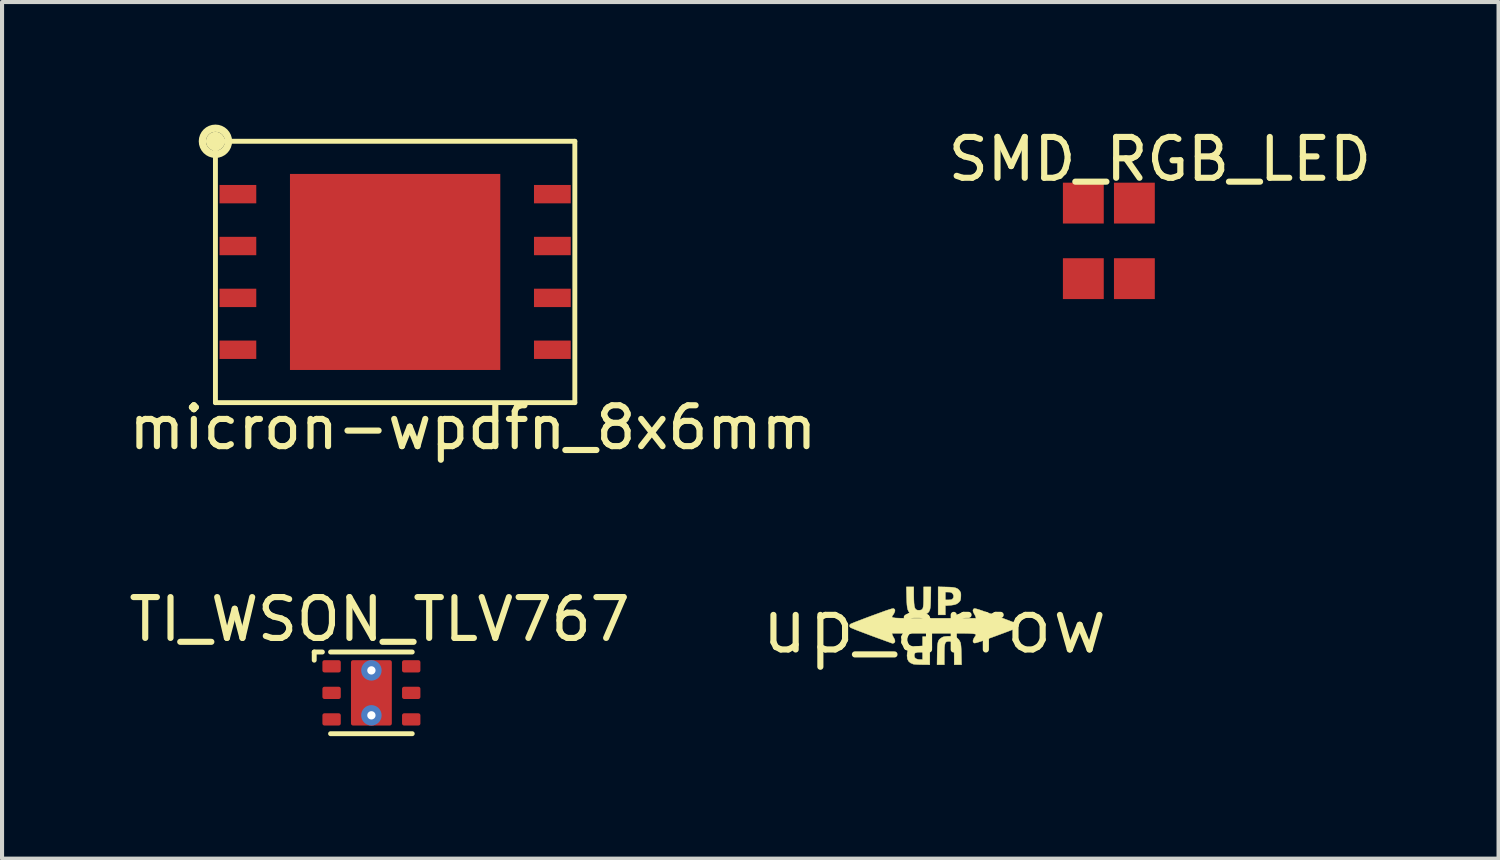
<source format=kicad_pcb>
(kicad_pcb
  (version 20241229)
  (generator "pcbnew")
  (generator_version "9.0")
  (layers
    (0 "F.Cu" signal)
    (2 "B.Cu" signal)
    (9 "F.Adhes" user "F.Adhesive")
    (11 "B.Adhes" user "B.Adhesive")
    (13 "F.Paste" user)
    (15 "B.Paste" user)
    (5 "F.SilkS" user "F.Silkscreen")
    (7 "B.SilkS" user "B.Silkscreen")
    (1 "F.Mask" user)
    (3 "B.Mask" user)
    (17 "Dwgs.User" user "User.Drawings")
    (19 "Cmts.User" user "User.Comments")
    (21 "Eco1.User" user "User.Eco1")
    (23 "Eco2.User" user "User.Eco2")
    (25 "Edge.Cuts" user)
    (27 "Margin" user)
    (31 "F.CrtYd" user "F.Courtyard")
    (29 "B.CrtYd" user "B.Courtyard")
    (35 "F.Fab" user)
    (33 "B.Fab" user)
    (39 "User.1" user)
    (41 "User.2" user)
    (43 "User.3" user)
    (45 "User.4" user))
  (footprint "micron-wpdfn_8x6mm"
    (layer "F.Cu")
    (at 6.625 3.609)
    (property "Reference" "micron-wpdfn_8x6mm" (at 1.905 3.81 0) (layer "F.SilkS") (effects (font (size 1 1) (thickness 0.15))))
    (attr through_hole)
    (fp_line (start -4.4 -3.2) (end -4.4 3.2) (stroke (width 0.12) (type solid)) (layer "F.SilkS"))
    (fp_line (start -4.4 -3.2) (end 4.4 -3.2) (stroke (width 0.12) (type solid)) (layer "F.SilkS"))
    (fp_line (start -4.4 3.2) (end 4.4 3.2) (stroke (width 0.12) (type solid)) (layer "F.SilkS"))
    (fp_line (start 4.4 -3.2) (end 4.4 3.2) (stroke (width 0.12) (type solid)) (layer "F.SilkS"))
    (fp_circle (center -4.4 -3.2) (end -4.318 -3.175) (stroke (width 0.12) (type solid)) (fill no) (layer "F.SilkS"))
    (fp_circle (center -4.4 -3.2) (end -4.318 -3.048) (stroke (width 0.12) (type solid)) (fill no) (layer "F.SilkS"))
    (fp_circle (center -4.4 -3.2) (end -4.318 -2.921) (stroke (width 0.12) (type solid)) (fill no) (layer "F.SilkS"))
    (fp_circle (center -4.4 -3.2) (end -4.191 -2.921) (stroke (width 0.12) (type solid)) (fill no) (layer "F.SilkS"))
    (pad "1" smd rect (at -3.85 -1.905) (size 0.9 0.45) (layers "F.Cu" "F.Mask" "F.Paste"))
    (pad "2" smd rect (at -3.85 -0.635) (size 0.9 0.45) (layers "F.Cu" "F.Mask" "F.Paste"))
    (pad "3" smd rect (at -3.85 0.635) (size 0.9 0.45) (layers "F.Cu" "F.Mask" "F.Paste"))
    (pad "4" smd rect (at -3.85 1.905) (size 0.9 0.45) (layers "F.Cu" "F.Mask" "F.Paste"))
    (pad "5" smd rect (at 3.85 1.905) (size 0.9 0.45) (layers "F.Cu" "F.Mask" "F.Paste"))
    (pad "6" smd rect (at 3.85 0.635) (size 0.9 0.45) (layers "F.Cu" "F.Mask" "F.Paste"))
    (pad "7" smd rect (at 3.85 -0.635) (size 0.9 0.45) (layers "F.Cu" "F.Mask" "F.Paste"))
    (pad "8" smd rect (at 3.85 -1.905) (size 0.9 0.45) (layers "F.Cu" "F.Mask" "F.Paste"))
    (pad "9" smd rect (at 0 0) (size 5.15 4.8) (layers "F.Cu" "F.Mask" "F.Paste")))
  (footprint "SMD_RGB_LED"
    (layer "F.Cu")
    (at 24.101 2.848)
    (property "Reference" "SMD_RGB_LED" (at 1.25 -2 0) (layer "F.SilkS") (effects (font (size 1 1) (thickness 0.15))))
    (attr through_hole)
    (pad "1" smd rect (at 0.625 0.925) (size 1 1) (layers "F.Cu" "F.Mask" "F.Paste"))
    (pad "2" smd rect (at -0.625 0.925) (size 1 1) (layers "F.Cu" "F.Mask" "F.Paste"))
    (pad "3" smd rect (at -0.625 -0.925) (size 1 1) (layers "F.Cu" "F.Mask" "F.Paste"))
    (pad "4" smd rect (at 0.625 -0.925) (size 1 1) (layers "F.Cu" "F.Mask" "F.Paste")))
  (footprint "TI_WSON_TLV767"
    (layer "F.Cu")
    (at 6.044 13.915)
    (property "Reference" "TI_WSON_TLV767" (at 0.2 -1.8 0) (layer "F.SilkS") (effects (font (size 1 1) (thickness 0.15))))
    (attr through_hole)
    (fp_line (start -1.4 -1) (end -1.4 -0.8) (stroke (width 0.12) (type solid)) (layer "F.SilkS"))
    (fp_line (start -1.2 -1) (end -1.4 -1) (stroke (width 0.12) (type solid)) (layer "F.SilkS"))
    (fp_line (start -1 1) (end 1 1) (stroke (width 0.12) (type solid)) (layer "F.SilkS"))
    (fp_line (start 1 -1) (end -1 -1) (stroke (width 0.12) (type solid)) (layer "F.SilkS"))
    (pad "" smd roundrect (at 0 -0.45) (size 1 0.7) (layers "F.Paste") (roundrect_rratio 0.071))
    (pad "" smd roundrect (at 0 0.45) (size 1 0.7) (layers "F.Paste") (roundrect_rratio 0.071))
    (pad "1" smd roundrect (at -0.975 -0.65) (size 0.45 0.3) (layers "F.Cu" "F.Mask" "F.Paste") (roundrect_rratio 0.167))
    (pad "2" smd roundrect (at -0.975 0) (size 0.45 0.3) (layers "F.Cu" "F.Mask" "F.Paste") (roundrect_rratio 0.167))
    (pad "3" smd roundrect (at -0.975 0.65) (size 0.45 0.3) (layers "F.Cu" "F.Mask" "F.Paste") (roundrect_rratio 0.167))
    (pad "4" smd roundrect (at 0.975 0.65) (size 0.45 0.3) (layers "F.Cu" "F.Mask" "F.Paste") (roundrect_rratio 0.167))
    (pad "5" smd roundrect (at 0.975 0) (size 0.45 0.3) (layers "F.Cu" "F.Mask" "F.Paste") (roundrect_rratio 0.167))
    (pad "6" smd roundrect (at 0.975 -0.65) (size 0.45 0.3) (layers "F.Cu" "F.Mask" "F.Paste") (roundrect_rratio 0.167))
    (pad "7" thru_hole circle (at 0 -0.55) (size 0.5 0.5) (drill 0.203) (layers "*.Cu" "*.Mask"))
    (pad "7" smd roundrect (at 0 0) (size 1 1.6) (layers "F.Cu" "F.Mask") (roundrect_rratio 0.05))
    (pad "7" thru_hole circle (at 0 0.55) (size 0.5 0.5) (drill 0.203) (layers "*.Cu" "*.Mask")))
  (footprint "up_arrow"
    (layer "F.Cu")
    (at 19.819 12.273)
    (property "Reference" "up_arrow" (at 0 0 0) (layer "F.SilkS") (effects (font (size 1.27 1.27) (thickness 0.15))))
    (attr exclude_from_pos_files exclude_from_bom)
    (fp_poly (pts (xy -0.102 0.953) (xy -0.283 0.951) (xy -0.352 0.95) (xy -0.416 0.947) (xy -0.468 0.943) (xy -0.502 0.939) (xy -0.508 0.938) (xy -0.575 0.909) (xy -0.622 0.868) (xy -0.65 0.812) (xy -0.659 0.738) (xy -0.659 0.729) (xy -0.483 0.729) (xy -0.472 0.775) (xy -0.441 0.806) (xy -0.389 0.823) (xy -0.348 0.826) (xy -0.279 0.826) (xy -0.279 0.635) (xy -0.356 0.635) (xy -0.416 0.641) (xy -0.456 0.659) (xy -0.477 0.691) (xy -0.483 0.729) (xy -0.659 0.729) (xy -0.658 0.71) (xy -0.654 0.66) (xy -0.646 0.627) (xy -0.631 0.601) (xy -0.616 0.583) (xy -0.58 0.551) (xy -0.541 0.529) (xy -0.491 0.514) (xy -0.425 0.504) (xy -0.39 0.501) (xy -0.279 0.492) (xy -0.279 0.267) (xy -0.102 0.267) (xy -0.102 0.953)) (stroke (width 0.01) (type solid)) (fill yes) (layer "F.SilkS"))
    (fp_poly (pts (xy 0.302 -0.95) (xy 0.395 -0.947) (xy 0.467 -0.941) (xy 0.521 -0.931) (xy 0.562 -0.916) (xy 0.594 -0.895) (xy 0.621 -0.866) (xy 0.633 -0.85) (xy 0.649 -0.823) (xy 0.657 -0.795) (xy 0.659 -0.758) (xy 0.658 -0.715) (xy 0.654 -0.665) (xy 0.648 -0.631) (xy 0.635 -0.606) (xy 0.616 -0.583) (xy 0.581 -0.552) (xy 0.543 -0.53) (xy 0.495 -0.515) (xy 0.431 -0.505) (xy 0.391 -0.501) (xy 0.279 -0.492) (xy 0.279 -0.267) (xy 0.102 -0.267) (xy 0.102 -0.826) (xy 0.279 -0.826) (xy 0.279 -0.635) (xy 0.356 -0.635) (xy 0.404 -0.637) (xy 0.436 -0.645) (xy 0.457 -0.66) (xy 0.479 -0.698) (xy 0.48 -0.742) (xy 0.46 -0.784) (xy 0.451 -0.794) (xy 0.427 -0.813) (xy 0.398 -0.823) (xy 0.354 -0.825) (xy 0.35 -0.826) (xy 0.279 -0.826) (xy 0.102 -0.826) (xy 0.102 -0.955) (xy 0.302 -0.95)) (stroke (width 0.01) (type solid)) (fill yes) (layer "F.SilkS"))
    (fp_poly (pts (xy 0.437 0.257) (xy 0.51 0.27) (xy 0.566 0.298) (xy 0.61 0.341) (xy 0.643 0.4) (xy 0.651 0.424) (xy 0.657 0.456) (xy 0.662 0.5) (xy 0.666 0.56) (xy 0.669 0.638) (xy 0.67 0.702) (xy 0.676 0.953) (xy 0.495 0.953) (xy 0.495 0.752) (xy 0.493 0.644) (xy 0.489 0.558) (xy 0.482 0.493) (xy 0.47 0.445) (xy 0.454 0.412) (xy 0.432 0.393) (xy 0.403 0.383) (xy 0.374 0.381) (xy 0.338 0.383) (xy 0.309 0.39) (xy 0.288 0.405) (xy 0.273 0.431) (xy 0.263 0.472) (xy 0.257 0.528) (xy 0.255 0.605) (xy 0.254 0.704) (xy 0.254 0.711) (xy 0.254 0.953) (xy 0.075 0.953) (xy 0.079 0.689) (xy 0.081 0.587) (xy 0.084 0.507) (xy 0.09 0.446) (xy 0.099 0.4) (xy 0.112 0.365) (xy 0.129 0.337) (xy 0.153 0.315) (xy 0.181 0.295) (xy 0.21 0.278) (xy 0.242 0.267) (xy 0.282 0.261) (xy 0.34 0.256) (xy 0.345 0.256) (xy 0.437 0.257)) (stroke (width 0.01) (type solid)) (fill yes) (layer "F.SilkS"))
    (fp_poly (pts (xy -0.495 -0.752) (xy -0.493 -0.644) (xy -0.489 -0.558) (xy -0.482 -0.493) (xy -0.47 -0.445) (xy -0.454 -0.412) (xy -0.432 -0.393) (xy -0.403 -0.383) (xy -0.374 -0.381) (xy -0.338 -0.383) (xy -0.309 -0.39) (xy -0.288 -0.405) (xy -0.273 -0.431) (xy -0.263 -0.472) (xy -0.257 -0.528) (xy -0.255 -0.605) (xy -0.254 -0.704) (xy -0.254 -0.711) (xy -0.254 -0.953) (xy -0.075 -0.953) (xy -0.079 -0.689) (xy -0.081 -0.587) (xy -0.084 -0.508) (xy -0.09 -0.446) (xy -0.099 -0.4) (xy -0.112 -0.365) (xy -0.129 -0.337) (xy -0.153 -0.315) (xy -0.181 -0.295) (xy -0.209 -0.278) (xy -0.237 -0.268) (xy -0.272 -0.262) (xy -0.322 -0.258) (xy -0.354 -0.257) (xy -0.417 -0.256) (xy -0.462 -0.259) (xy -0.497 -0.265) (xy -0.527 -0.277) (xy -0.567 -0.299) (xy -0.599 -0.324) (xy -0.623 -0.354) (xy -0.641 -0.395) (xy -0.654 -0.448) (xy -0.662 -0.517) (xy -0.667 -0.606) (xy -0.67 -0.702) (xy -0.676 -0.953) (xy -0.495 -0.953) (xy -0.495 -0.752)) (stroke (width 0.01) (type solid)) (fill yes) (layer "F.SilkS"))
    (fp_poly (pts (xy -0.986 -0.422) (xy -0.982 -0.42) (xy -0.958 -0.398) (xy -0.955 -0.363) (xy -0.973 -0.314) (xy -0.991 -0.284) (xy -1.003 -0.266) (xy -1.014 -0.25) (xy -1.023 -0.237) (xy -1.027 -0.225) (xy -1.026 -0.215) (xy -1.019 -0.207) (xy -1.002 -0.201) (xy -0.976 -0.196) (xy -0.938 -0.191) (xy -0.887 -0.189) (xy -0.822 -0.186) (xy -0.741 -0.185) (xy -0.642 -0.184) (xy -0.524 -0.184) (xy -0.385 -0.184) (xy -0.224 -0.184) (xy -0.04 -0.184) (xy 0.001 -0.184) (xy 1.03 -0.184) (xy 1.022 -0.216) (xy 1.01 -0.247) (xy 0.99 -0.284) (xy 0.983 -0.295) (xy 0.959 -0.345) (xy 0.954 -0.385) (xy 0.97 -0.413) (xy 0.982 -0.42) (xy 0.992 -0.423) (xy 1.009 -0.421) (xy 1.034 -0.416) (xy 1.069 -0.406) (xy 1.117 -0.391) (xy 1.179 -0.37) (xy 1.258 -0.342) (xy 1.356 -0.307) (xy 1.475 -0.263) (xy 1.518 -0.247) (xy 1.627 -0.207) (xy 1.728 -0.169) (xy 1.821 -0.134) (xy 1.901 -0.103) (xy 1.966 -0.077) (xy 2.014 -0.057) (xy 2.042 -0.045) (xy 2.048 -0.041) (xy 2.066 -0.017) (xy 2.07 0) (xy 2.061 0.025) (xy 2.048 0.041) (xy 2.032 0.049) (xy 1.994 0.066) (xy 1.938 0.088) (xy 1.865 0.117) (xy 1.779 0.15) (xy 1.682 0.186) (xy 1.577 0.225) (xy 1.518 0.247) (xy 1.392 0.293) (xy 1.288 0.331) (xy 1.203 0.362) (xy 1.135 0.385) (xy 1.083 0.402) (xy 1.044 0.414) (xy 1.016 0.42) (xy 0.997 0.423) (xy 0.985 0.421) (xy 0.982 0.42) (xy 0.958 0.398) (xy 0.955 0.363) (xy 0.973 0.314) (xy 0.991 0.284) (xy 1.003 0.266) (xy 1.014 0.25) (xy 1.023 0.237) (xy 1.027 0.225) (xy 1.026 0.215) (xy 1.019 0.207) (xy 1.002 0.201) (xy 0.976 0.196) (xy 0.938 0.191) (xy 0.887 0.189) (xy 0.822 0.186) (xy 0.741 0.185) (xy 0.642 0.184) (xy 0.524 0.184) (xy 0.385 0.184) (xy 0.224 0.184) (xy 0.04 0.184) (xy -0.001 0.184) (xy -1.03 0.184) (xy -1.022 0.216) (xy -1.01 0.247) (xy -0.99 0.284) (xy -0.983 0.295) (xy -0.959 0.343) (xy -0.954 0.384) (xy -0.968 0.412) (xy -0.977 0.419) (xy -1.001 0.429) (xy -1.012 0.431) (xy -1.026 0.427) (xy -1.061 0.415) (xy -1.115 0.395) (xy -1.185 0.37) (xy -1.268 0.339) (xy -1.363 0.305) (xy -1.467 0.267) (xy -1.524 0.246) (xy -1.632 0.205) (xy -1.733 0.167) (xy -1.824 0.133) (xy -1.904 0.102) (xy -1.968 0.076) (xy -2.015 0.056) (xy -2.043 0.044) (xy -2.048 0.041) (xy -2.066 0.017) (xy -2.07 0) (xy -2.061 -0.025) (xy -2.048 -0.041) (xy -2.032 -0.049) (xy -1.994 -0.065) (xy -1.938 -0.088) (xy -1.865 -0.116) (xy -1.779 -0.149) (xy -1.683 -0.186) (xy -1.578 -0.225) (xy -1.519 -0.247) (xy -1.393 -0.293) (xy -1.288 -0.331) (xy -1.204 -0.362) (xy -1.136 -0.385) (xy -1.084 -0.402) (xy -1.045 -0.414) (xy -1.017 -0.42) (xy -0.998 -0.423) (xy -0.986 -0.422)) (stroke (width 0.01) (type solid)) (fill yes) (layer "F.SilkS")))
  (gr_rect
    (start -3 -3)
    (end 33.643 17.975)
    (stroke (width 0.1) (type default))
    (fill no)
    (layer "Edge.Cuts")))
</source>
